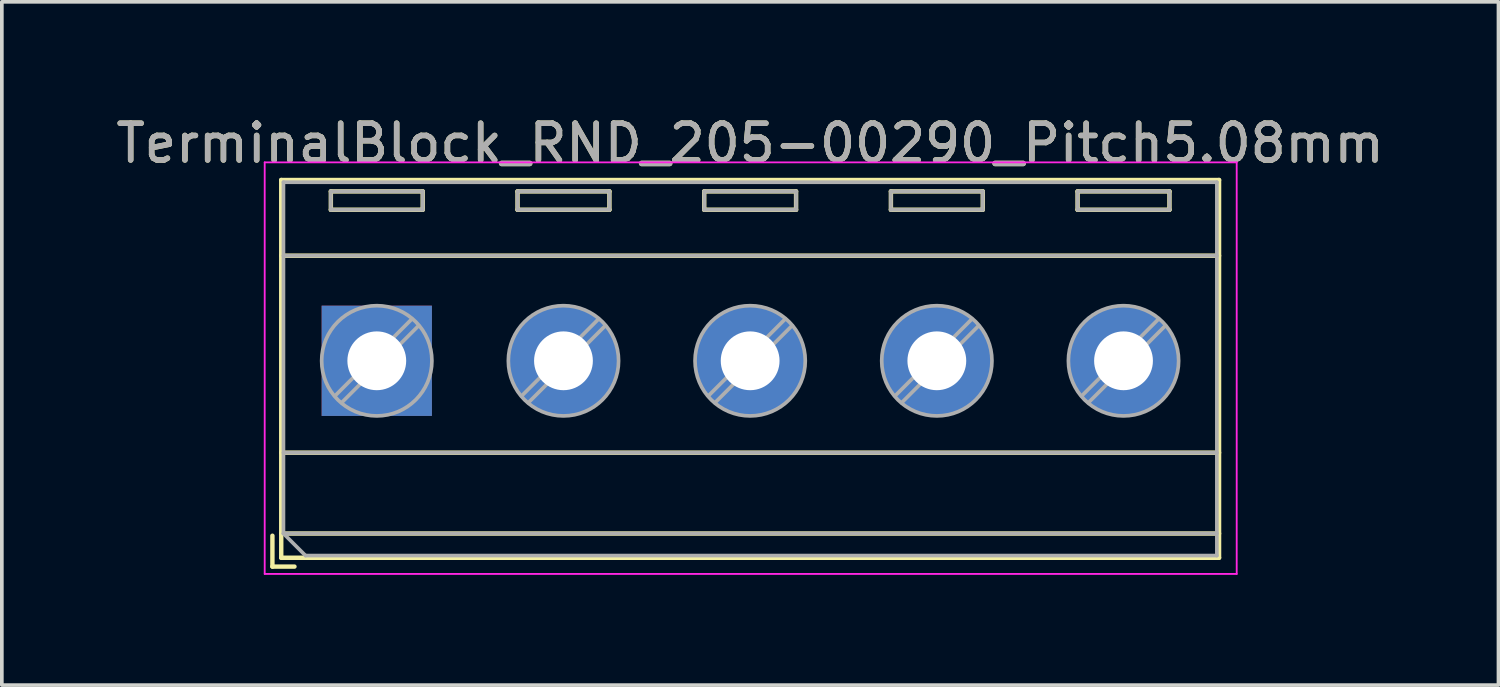
<source format=kicad_pcb>
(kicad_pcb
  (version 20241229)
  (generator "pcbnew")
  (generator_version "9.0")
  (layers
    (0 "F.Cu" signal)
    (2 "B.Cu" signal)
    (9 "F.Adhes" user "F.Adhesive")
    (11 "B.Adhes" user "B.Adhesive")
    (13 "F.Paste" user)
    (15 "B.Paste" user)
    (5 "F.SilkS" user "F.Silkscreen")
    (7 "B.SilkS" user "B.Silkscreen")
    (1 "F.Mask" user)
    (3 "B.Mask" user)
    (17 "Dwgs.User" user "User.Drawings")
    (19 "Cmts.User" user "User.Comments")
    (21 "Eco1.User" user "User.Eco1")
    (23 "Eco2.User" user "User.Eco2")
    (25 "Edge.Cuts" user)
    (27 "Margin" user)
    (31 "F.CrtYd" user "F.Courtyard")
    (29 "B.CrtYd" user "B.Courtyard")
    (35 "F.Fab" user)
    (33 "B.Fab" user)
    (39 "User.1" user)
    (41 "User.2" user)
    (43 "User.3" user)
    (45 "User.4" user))
  (footprint "TerminalBlock_RND_205-00290_Pitch5.08mm"
    (layer "F.Cu")
    (at 7.203 6.768)
    (property "Reference" "TerminalBlock_RND_205-00290_Pitch5.08mm" (at 10.16 -5.92 0) (layer "F.SilkS") (effects (font (size 1 1) (thickness 0.15))))
    (attr through_hole)
    (fp_line (start -2.84 4.76) (end -2.84 5.6) (stroke (width 0.12) (type solid)) (layer "F.SilkS"))
    (fp_line (start -2.84 5.6) (end -2.24 5.6) (stroke (width 0.12) (type solid)) (layer "F.SilkS"))
    (fp_line (start -2.6 -4.92) (end -2.6 5.36) (stroke (width 0.12) (type solid)) (layer "F.SilkS"))
    (fp_line (start -2.6 -2.86) (end 22.92 -2.86) (stroke (width 0.12) (type solid)) (layer "F.SilkS"))
    (fp_line (start -2.6 2.5) (end 22.92 2.5) (stroke (width 0.12) (type solid)) (layer "F.SilkS"))
    (fp_line (start -2.6 4.7) (end 22.92 4.7) (stroke (width 0.12) (type solid)) (layer "F.SilkS"))
    (fp_line (start -2.6 5.36) (end 22.92 5.36) (stroke (width 0.12) (type solid)) (layer "F.SilkS"))
    (fp_line (start -1.25 -4.61) (end -1.25 -4.11) (stroke (width 0.12) (type solid)) (layer "F.SilkS"))
    (fp_line (start -1.25 -4.61) (end 1.25 -4.61) (stroke (width 0.12) (type solid)) (layer "F.SilkS"))
    (fp_line (start -1.25 -4.11) (end 1.25 -4.11) (stroke (width 0.12) (type solid)) (layer "F.SilkS"))
    (fp_line (start 1.25 -4.61) (end 1.25 -4.11) (stroke (width 0.12) (type solid)) (layer "F.SilkS"))
    (fp_line (start 3.83 -4.61) (end 3.83 -4.11) (stroke (width 0.12) (type solid)) (layer "F.SilkS"))
    (fp_line (start 3.83 -4.61) (end 6.33 -4.61) (stroke (width 0.12) (type solid)) (layer "F.SilkS"))
    (fp_line (start 3.83 -4.11) (end 6.33 -4.11) (stroke (width 0.12) (type solid)) (layer "F.SilkS"))
    (fp_line (start 6.33 -4.61) (end 6.33 -4.11) (stroke (width 0.12) (type solid)) (layer "F.SilkS"))
    (fp_line (start 8.91 -4.61) (end 8.91 -4.11) (stroke (width 0.12) (type solid)) (layer "F.SilkS"))
    (fp_line (start 8.91 -4.61) (end 11.41 -4.61) (stroke (width 0.12) (type solid)) (layer "F.SilkS"))
    (fp_line (start 8.91 -4.11) (end 11.41 -4.11) (stroke (width 0.12) (type solid)) (layer "F.SilkS"))
    (fp_line (start 11.41 -4.61) (end 11.41 -4.11) (stroke (width 0.12) (type solid)) (layer "F.SilkS"))
    (fp_line (start 13.99 -4.61) (end 13.99 -4.11) (stroke (width 0.12) (type solid)) (layer "F.SilkS"))
    (fp_line (start 13.99 -4.61) (end 16.49 -4.61) (stroke (width 0.12) (type solid)) (layer "F.SilkS"))
    (fp_line (start 13.99 -4.11) (end 16.49 -4.11) (stroke (width 0.12) (type solid)) (layer "F.SilkS"))
    (fp_line (start 16.49 -4.61) (end 16.49 -4.11) (stroke (width 0.12) (type solid)) (layer "F.SilkS"))
    (fp_line (start 19.07 -4.61) (end 19.07 -4.11) (stroke (width 0.12) (type solid)) (layer "F.SilkS"))
    (fp_line (start 19.07 -4.61) (end 21.57 -4.61) (stroke (width 0.12) (type solid)) (layer "F.SilkS"))
    (fp_line (start 19.07 -4.11) (end 21.57 -4.11) (stroke (width 0.12) (type solid)) (layer "F.SilkS"))
    (fp_line (start 21.57 -4.61) (end 21.57 -4.11) (stroke (width 0.12) (type solid)) (layer "F.SilkS"))
    (fp_line (start 22.92 -4.92) (end -2.6 -4.92) (stroke (width 0.12) (type solid)) (layer "F.SilkS"))
    (fp_line (start 22.92 5.36) (end 22.92 -4.92) (stroke (width 0.12) (type solid)) (layer "F.SilkS"))
    (fp_line (start -3.05 -5.4) (end -3.05 5.8) (stroke (width 0.05) (type solid)) (layer "F.CrtYd"))
    (fp_line (start -3.05 5.8) (end 23.4 5.8) (stroke (width 0.05) (type solid)) (layer "F.CrtYd"))
    (fp_line (start 23.4 -5.4) (end -3.05 -5.4) (stroke (width 0.05) (type solid)) (layer "F.CrtYd"))
    (fp_line (start 23.4 5.8) (end 23.4 -5.4) (stroke (width 0.05) (type solid)) (layer "F.CrtYd"))
    (fp_line (start -2.54 -4.86) (end 22.86 -4.86) (stroke (width 0.1) (type solid)) (layer "F.Fab"))
    (fp_line (start -2.54 -2.86) (end 22.86 -2.86) (stroke (width 0.1) (type solid)) (layer "F.Fab"))
    (fp_line (start -2.54 2.5) (end 22.86 2.5) (stroke (width 0.1) (type solid)) (layer "F.Fab"))
    (fp_line (start -2.54 4.7) (end -2.54 -4.86) (stroke (width 0.1) (type solid)) (layer "F.Fab"))
    (fp_line (start -2.54 4.7) (end 22.86 4.7) (stroke (width 0.1) (type solid)) (layer "F.Fab"))
    (fp_line (start -1.94 5.3) (end -2.54 4.7) (stroke (width 0.1) (type solid)) (layer "F.Fab"))
    (fp_line (start -1.25 -4.61) (end -1.25 -4.11) (stroke (width 0.1) (type solid)) (layer "F.Fab"))
    (fp_line (start -1.25 -4.11) (end 1.25 -4.11) (stroke (width 0.1) (type solid)) (layer "F.Fab"))
    (fp_line (start 0.955 -1.138) (end -1.138 0.955) (stroke (width 0.1) (type solid)) (layer "F.Fab"))
    (fp_line (start 1.138 -0.955) (end -0.955 1.138) (stroke (width 0.1) (type solid)) (layer "F.Fab"))
    (fp_line (start 1.25 -4.61) (end -1.25 -4.61) (stroke (width 0.1) (type solid)) (layer "F.Fab"))
    (fp_line (start 1.25 -4.11) (end 1.25 -4.61) (stroke (width 0.1) (type solid)) (layer "F.Fab"))
    (fp_line (start 3.83 -4.61) (end 3.83 -4.11) (stroke (width 0.1) (type solid)) (layer "F.Fab"))
    (fp_line (start 3.83 -4.11) (end 6.33 -4.11) (stroke (width 0.1) (type solid)) (layer "F.Fab"))
    (fp_line (start 6.035 -1.138) (end 3.943 0.955) (stroke (width 0.1) (type solid)) (layer "F.Fab"))
    (fp_line (start 6.218 -0.955) (end 4.126 1.138) (stroke (width 0.1) (type solid)) (layer "F.Fab"))
    (fp_line (start 6.33 -4.61) (end 3.83 -4.61) (stroke (width 0.1) (type solid)) (layer "F.Fab"))
    (fp_line (start 6.33 -4.11) (end 6.33 -4.61) (stroke (width 0.1) (type solid)) (layer "F.Fab"))
    (fp_line (start 8.91 -4.61) (end 8.91 -4.11) (stroke (width 0.1) (type solid)) (layer "F.Fab"))
    (fp_line (start 8.91 -4.11) (end 11.41 -4.11) (stroke (width 0.1) (type solid)) (layer "F.Fab"))
    (fp_line (start 11.115 -1.138) (end 9.023 0.955) (stroke (width 0.1) (type solid)) (layer "F.Fab"))
    (fp_line (start 11.298 -0.955) (end 9.206 1.138) (stroke (width 0.1) (type solid)) (layer "F.Fab"))
    (fp_line (start 11.41 -4.61) (end 8.91 -4.61) (stroke (width 0.1) (type solid)) (layer "F.Fab"))
    (fp_line (start 11.41 -4.11) (end 11.41 -4.61) (stroke (width 0.1) (type solid)) (layer "F.Fab"))
    (fp_line (start 13.99 -4.61) (end 13.99 -4.11) (stroke (width 0.1) (type solid)) (layer "F.Fab"))
    (fp_line (start 13.99 -4.11) (end 16.49 -4.11) (stroke (width 0.1) (type solid)) (layer "F.Fab"))
    (fp_line (start 16.195 -1.138) (end 14.103 0.955) (stroke (width 0.1) (type solid)) (layer "F.Fab"))
    (fp_line (start 16.378 -0.955) (end 14.286 1.138) (stroke (width 0.1) (type solid)) (layer "F.Fab"))
    (fp_line (start 16.49 -4.61) (end 13.99 -4.61) (stroke (width 0.1) (type solid)) (layer "F.Fab"))
    (fp_line (start 16.49 -4.11) (end 16.49 -4.61) (stroke (width 0.1) (type solid)) (layer "F.Fab"))
    (fp_line (start 19.07 -4.61) (end 19.07 -4.11) (stroke (width 0.1) (type solid)) (layer "F.Fab"))
    (fp_line (start 19.07 -4.11) (end 21.57 -4.11) (stroke (width 0.1) (type solid)) (layer "F.Fab"))
    (fp_line (start 21.275 -1.138) (end 19.183 0.955) (stroke (width 0.1) (type solid)) (layer "F.Fab"))
    (fp_line (start 21.458 -0.955) (end 19.366 1.138) (stroke (width 0.1) (type solid)) (layer "F.Fab"))
    (fp_line (start 21.57 -4.61) (end 19.07 -4.61) (stroke (width 0.1) (type solid)) (layer "F.Fab"))
    (fp_line (start 21.57 -4.11) (end 21.57 -4.61) (stroke (width 0.1) (type solid)) (layer "F.Fab"))
    (fp_line (start 22.86 -4.86) (end 22.86 5.3) (stroke (width 0.1) (type solid)) (layer "F.Fab"))
    (fp_line (start 22.86 5.3) (end -1.94 5.3) (stroke (width 0.1) (type solid)) (layer "F.Fab"))
    (fp_circle (center 0 0) (end 1.5 0) (stroke (width 0.1) (type solid)) (fill no) (layer "F.Fab"))
    (fp_circle (center 5.08 0) (end 6.58 0) (stroke (width 0.1) (type solid)) (fill no) (layer "F.Fab"))
    (fp_circle (center 10.16 0) (end 11.66 0) (stroke (width 0.1) (type solid)) (fill no) (layer "F.Fab"))
    (fp_circle (center 15.24 0) (end 16.74 0) (stroke (width 0.1) (type solid)) (fill no) (layer "F.Fab"))
    (fp_circle (center 20.32 0) (end 21.82 0) (stroke (width 0.1) (type solid)) (fill no) (layer "F.Fab"))
    (fp_text user "${REFERENCE}" (at 10.16 -5.92 0) (layer "F.Fab") (effects (font (size 1 1) (thickness 0.15))))
    (pad "1" thru_hole rect (at 0 0) (size 3 3) (drill 1.6) (layers "*.Cu" "*.Mask"))
    (pad "2" thru_hole circle (at 5.08 0) (size 3 3) (drill 1.6) (layers "*.Cu" "*.Mask"))
    (pad "3" thru_hole circle (at 10.16 0) (size 3 3) (drill 1.6) (layers "*.Cu" "*.Mask"))
    (pad "4" thru_hole circle (at 15.24 0) (size 3 3) (drill 1.6) (layers "*.Cu" "*.Mask"))
    (pad "5" thru_hole circle (at 20.32 0) (size 3 3) (drill 1.6) (layers "*.Cu" "*.Mask")))
  (gr_rect
    (start -3 -3)
    (end 37.726 15.593)
    (stroke (width 0.1) (type default))
    (fill no)
    (layer "Edge.Cuts")))
</source>
